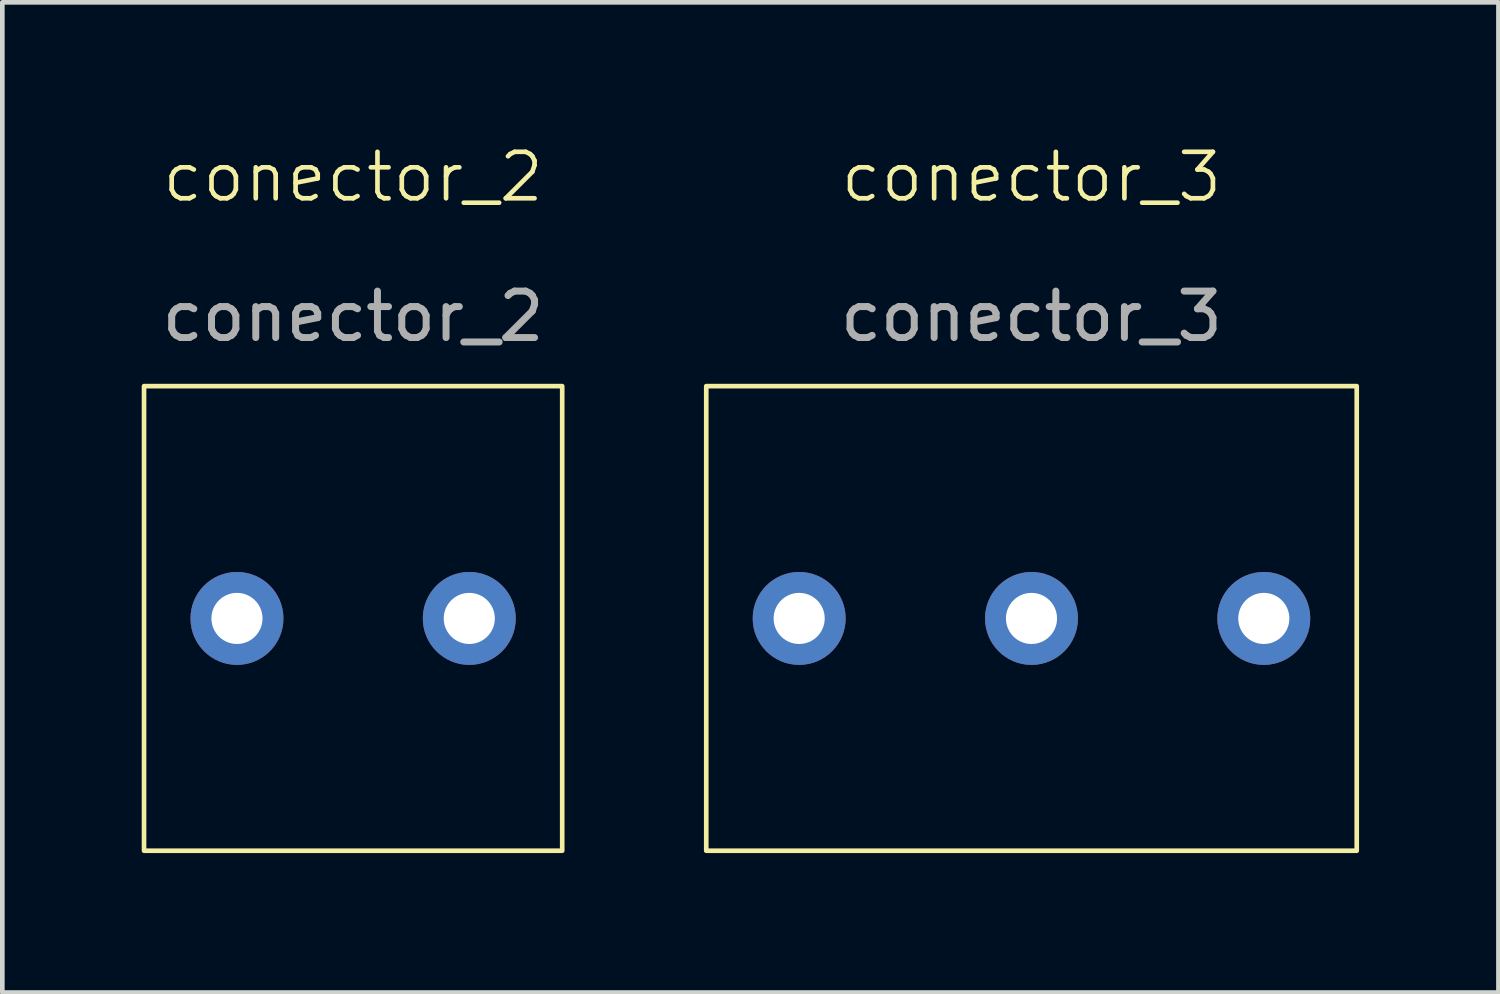
<source format=kicad_pcb>
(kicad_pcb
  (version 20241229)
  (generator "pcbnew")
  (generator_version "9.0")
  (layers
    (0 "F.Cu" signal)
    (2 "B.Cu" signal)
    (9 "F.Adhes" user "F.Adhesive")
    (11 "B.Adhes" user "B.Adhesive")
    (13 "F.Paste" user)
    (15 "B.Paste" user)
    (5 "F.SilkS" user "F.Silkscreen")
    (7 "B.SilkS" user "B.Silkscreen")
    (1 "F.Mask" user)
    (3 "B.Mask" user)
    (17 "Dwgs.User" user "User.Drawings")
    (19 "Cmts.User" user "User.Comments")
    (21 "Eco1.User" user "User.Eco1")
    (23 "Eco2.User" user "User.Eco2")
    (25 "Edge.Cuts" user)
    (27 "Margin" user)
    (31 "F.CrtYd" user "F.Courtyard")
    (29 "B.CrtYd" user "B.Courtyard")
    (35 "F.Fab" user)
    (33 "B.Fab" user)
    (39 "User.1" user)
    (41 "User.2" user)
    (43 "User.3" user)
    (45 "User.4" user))
  (footprint "conector_2"
    (layer "F.Cu")
    (at 4.55 1.26)
    (property "Reference" "conector_2" (at 0 -0.5 0) (unlocked yes) (layer "F.SilkS") (effects (font (size 1 1) (thickness 0.1))))
    (attr through_hole)
    (fp_rect (start -4.5 4) (end 4.5 14) (stroke (width 0.1) (type default)) (fill no) (layer "F.SilkS"))
    (fp_text user "${REFERENCE}" (at 0 2.5 0) (unlocked yes) (layer "F.Fab") (effects (font (size 1 1) (thickness 0.15))))
    (pad "1" thru_hole circle (at -2.5 9) (size 2 2) (drill 1.1) (layers "*.Cu" "*.Mask"))
    (pad "2" thru_hole circle (at 2.5 9) (size 2 2) (drill 1.1) (layers "*.Cu" "*.Mask")))
  (footprint "conector_3"
    (layer "F.Cu")
    (at 19.15 1.26)
    (property "Reference" "conector_3" (at 0 -0.5 0) (unlocked yes) (layer "F.SilkS") (effects (font (size 1 1) (thickness 0.1))))
    (attr through_hole)
    (fp_rect (start -7 4) (end 7 14) (stroke (width 0.1) (type default)) (fill no) (layer "F.SilkS"))
    (fp_text user "${REFERENCE}" (at 0 2.5 0) (unlocked yes) (layer "F.Fab") (effects (font (size 1 1) (thickness 0.15))))
    (pad "1" thru_hole circle (at -5 9) (size 2 2) (drill 1.1) (layers "*.Cu" "*.Mask"))
    (pad "2" thru_hole circle (at 0 9) (size 2 2) (drill 1.1) (layers "*.Cu" "*.Mask"))
    (pad "3" thru_hole circle (at 5 9) (size 2 2) (drill 1.1) (layers "*.Cu" "*.Mask")))
  (gr_rect
    (start -3 -3)
    (end 29.2 18.311)
    (stroke (width 0.1) (type default))
    (fill no)
    (layer "Edge.Cuts")))
</source>
